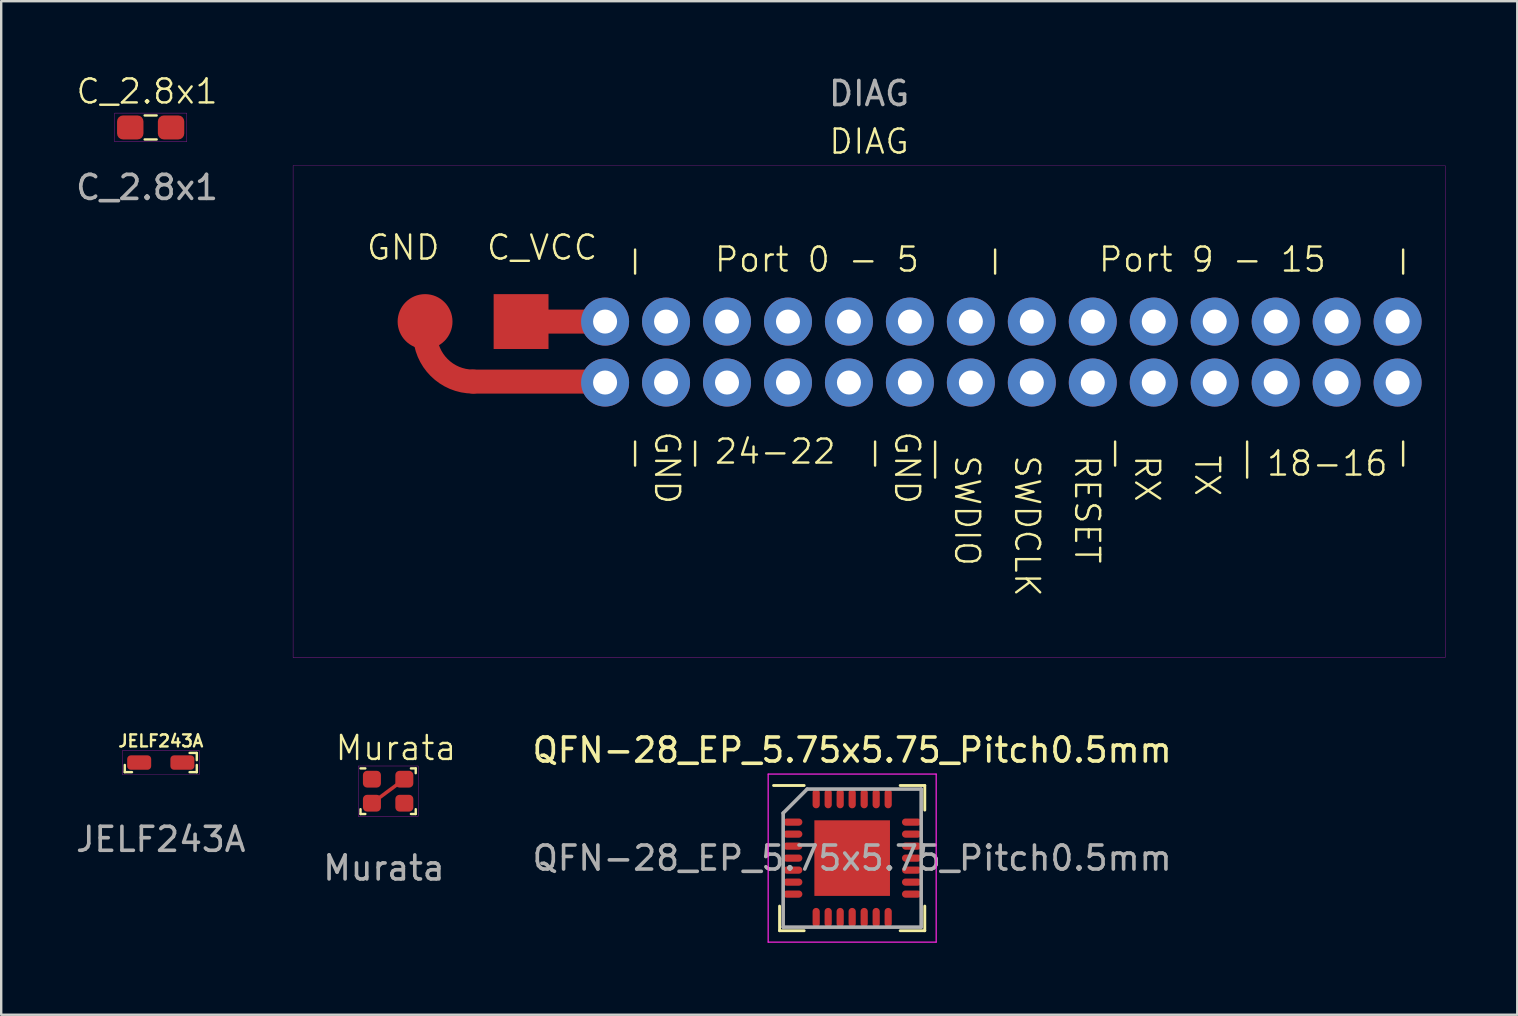
<source format=kicad_pcb>
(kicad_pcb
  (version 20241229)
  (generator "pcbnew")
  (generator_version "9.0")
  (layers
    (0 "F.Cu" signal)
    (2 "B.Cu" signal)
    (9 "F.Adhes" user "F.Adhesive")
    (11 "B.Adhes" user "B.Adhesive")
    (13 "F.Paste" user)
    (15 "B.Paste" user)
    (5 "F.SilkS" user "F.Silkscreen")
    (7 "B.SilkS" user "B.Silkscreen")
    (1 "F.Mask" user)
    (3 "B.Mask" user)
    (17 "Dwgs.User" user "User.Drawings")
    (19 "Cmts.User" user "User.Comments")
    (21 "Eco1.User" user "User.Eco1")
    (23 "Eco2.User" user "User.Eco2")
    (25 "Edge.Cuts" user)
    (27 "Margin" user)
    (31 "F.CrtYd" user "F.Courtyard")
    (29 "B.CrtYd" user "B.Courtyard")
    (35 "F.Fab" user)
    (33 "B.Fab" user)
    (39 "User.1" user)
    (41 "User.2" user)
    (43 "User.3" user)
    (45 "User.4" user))
  (footprint "DIAG"
    (layer "F.Cu")
    (at 33.16 11.848)
    (property "Reference" "DIAG" (at 0 -9 0) (unlocked yes) (layer "F.SilkS") (effects (font (size 1 1) (thickness 0.1))))
    (attr smd)
    (fp_line (start -16.5 1) (end -11.5 1) (stroke (width 1) (type default)) (layer "F.Cu"))
    (fp_line (start -11 -1.5) (end -13.5 -1.5) (stroke (width 1) (type default)) (layer "F.Cu"))
    (fp_arc (start -16.5 1) (mid -17.914214 0.414214) (end -18.5 -1) (stroke (width 1) (type default)) (layer "F.Cu"))
    (fp_line (start -9.75 -3.5) (end -9.75 -4.5) (stroke (width 0.1) (type default)) (layer "F.SilkS"))
    (fp_line (start -9.75 4.5) (end -9.75 3.5) (stroke (width 0.1) (type default)) (layer "F.SilkS"))
    (fp_line (start -7.25 4.5) (end -7.25 3.5) (stroke (width 0.1) (type default)) (layer "F.SilkS"))
    (fp_line (start 0.25 4.5) (end 0.25 3.5) (stroke (width 0.1) (type default)) (layer "F.SilkS"))
    (fp_line (start 2.75 5) (end 2.75 3.5) (stroke (width 0.1) (type default)) (layer "F.SilkS"))
    (fp_line (start 5.25 -3.5) (end 5.25 -4.5) (stroke (width 0.1) (type default)) (layer "F.SilkS"))
    (fp_line (start 10.25 4.5) (end 10.25 3.5) (stroke (width 0.1) (type default)) (layer "F.SilkS"))
    (fp_line (start 15.75 5) (end 15.75 3.5) (stroke (width 0.1) (type default)) (layer "F.SilkS"))
    (fp_line (start 22.25 -3.5) (end 22.25 -4.5) (stroke (width 0.1) (type default)) (layer "F.SilkS"))
    (fp_line (start 22.25 4.5) (end 22.25 3.5) (stroke (width 0.1) (type default)) (layer "F.SilkS"))
    (fp_rect (start -24 -8) (end 24 12.5) (stroke (width 0.01) (type default)) (fill no) (layer "F.CrtYd"))
    (fp_text user "Port 9 - 15" (at 9.5 -3.5 0) (unlocked yes) (layer "F.SilkS") (effects (font (size 1 1) (thickness 0.1)) (justify left bottom)))
    (fp_text user "Port 0 - 5" (at -6.5 -3.5 0) (unlocked yes) (layer "F.SilkS") (effects (font (size 1 1) (thickness 0.1)) (justify left bottom)))
    (fp_text user "RX" (at 11 4 270) (unlocked yes) (layer "F.SilkS") (effects (font (size 1 1) (thickness 0.1)) (justify left bottom)))
    (fp_text user "GND" (at -9 3 270) (unlocked yes) (layer "F.SilkS") (effects (font (size 1 1) (thickness 0.1)) (justify left bottom)))
    (fp_text user "18-16" (at 16.5 5 0) (unlocked yes) (layer "F.SilkS") (effects (font (size 1 1) (thickness 0.1)) (justify left bottom)))
    (fp_text user "GND" (at 1 3 270) (unlocked yes) (layer "F.SilkS") (effects (font (size 1 1) (thickness 0.1)) (justify left bottom)))
    (fp_text user "RESET" (at 8.5 4 270) (unlocked yes) (layer "F.SilkS") (effects (font (size 1 1) (thickness 0.1)) (justify left bottom)))
    (fp_text user "SWDCLK" (at 6 4 270) (unlocked yes) (layer "F.SilkS") (effects (font (size 1 1) (thickness 0.1)) (justify left bottom)))
    (fp_text user "C_VCC" (at -16 -4 0) (unlocked yes) (layer "F.SilkS") (effects (font (size 1 1) (thickness 0.1)) (justify left bottom)))
    (fp_text user "24-22" (at -6.5 4.5 0) (unlocked yes) (layer "F.SilkS") (effects (font (size 1 1) (thickness 0.1)) (justify left bottom)))
    (fp_text user "TX" (at 13.5 4 270) (unlocked yes) (layer "F.SilkS") (effects (font (size 1 1) (thickness 0.1)) (justify left bottom)))
    (fp_text user "GND" (at -21 -4 0) (unlocked yes) (layer "F.SilkS") (effects (font (size 1 1) (thickness 0.1)) (justify left bottom)))
    (fp_text user "SWDIO" (at 3.5 4 270) (unlocked yes) (layer "F.SilkS") (effects (font (size 1 1) (thickness 0.1)) (justify left bottom)))
    (fp_text user "${REFERENCE}" (at 0 -11 0) (unlocked yes) (layer "F.Fab") (effects (font (size 1 1) (thickness 0.15))))
    (pad "0" smd rect (at -14.5 -1.5) (size 2.286 2.286) (layers "F.Cu" "F.Mask" "F.Paste"))
    (pad "0" thru_hole circle (at -11 -1.5) (size 2 2) (drill 1) (layers "*.Cu" "*.Mask"))
    (pad "1" thru_hole circle (at -8.46 -1.5) (size 2 2) (drill 1) (layers "*.Cu" "*.Mask"))
    (pad "2" thru_hole circle (at -5.92 -1.5) (size 2 2) (drill 1) (layers "*.Cu" "*.Mask"))
    (pad "3" thru_hole circle (at -3.38 -1.5) (size 2 2) (drill 1) (layers "*.Cu" "*.Mask"))
    (pad "4" thru_hole circle (at -0.84 -1.5) (size 2 2) (drill 1) (layers "*.Cu" "*.Mask"))
    (pad "5" thru_hole circle (at 1.7 -1.5) (size 2 2) (drill 1) (layers "*.Cu" "*.Mask"))
    (pad "6" thru_hole circle (at 4.24 -1.5) (size 2 2) (drill 1) (layers "*.Cu" "*.Mask"))
    (pad "7" thru_hole circle (at 6.78 -1.5) (size 2 2) (drill 1) (layers "*.Cu" "*.Mask"))
    (pad "8" thru_hole circle (at 9.32 -1.5) (size 2 2) (drill 1) (layers "*.Cu" "*.Mask"))
    (pad "9" thru_hole circle (at 11.86 -1.5) (size 2 2) (drill 1) (layers "*.Cu" "*.Mask"))
    (pad "10" thru_hole circle (at 14.4 -1.5) (size 2 2) (drill 1) (layers "*.Cu" "*.Mask"))
    (pad "11" thru_hole circle (at 16.94 -1.5) (size 2 2) (drill 1) (layers "*.Cu" "*.Mask"))
    (pad "12" thru_hole circle (at 19.48 -1.5) (size 2 2) (drill 1) (layers "*.Cu" "*.Mask"))
    (pad "13" thru_hole circle (at 22.02 -1.5) (size 2 2) (drill 1) (layers "*.Cu" "*.Mask"))
    (pad "14" smd circle (at -18.5 -1.5) (size 2.286 2.286) (layers "F.Cu" "F.Mask" "F.Paste"))
    (pad "14" thru_hole circle (at -11 1.04) (size 2 2) (drill 1) (layers "*.Cu" "*.Mask"))
    (pad "15" thru_hole circle (at -8.46 1.04) (size 2 2) (drill 1) (layers "*.Cu" "*.Mask"))
    (pad "16" thru_hole circle (at -5.92 1.04) (size 2 2) (drill 1) (layers "*.Cu" "*.Mask"))
    (pad "17" thru_hole circle (at -3.38 1.04) (size 2 2) (drill 1) (layers "*.Cu" "*.Mask"))
    (pad "18" thru_hole circle (at -0.84 1.04) (size 2 2) (drill 1) (layers "*.Cu" "*.Mask"))
    (pad "19" thru_hole circle (at 1.7 1.04) (size 2 2) (drill 1) (layers "*.Cu" "*.Mask"))
    (pad "20" thru_hole circle (at 4.24 1.04) (size 2 2) (drill 1) (layers "*.Cu" "*.Mask"))
    (pad "21" thru_hole circle (at 6.78 1.04) (size 2 2) (drill 1) (layers "*.Cu" "*.Mask"))
    (pad "22" thru_hole circle (at 9.32 1.04) (size 2 2) (drill 1) (layers "*.Cu" "*.Mask"))
    (pad "23" thru_hole circle (at 11.86 1.04) (size 2 2) (drill 1) (layers "*.Cu" "*.Mask"))
    (pad "24" thru_hole circle (at 14.4 1.04) (size 2 2) (drill 1) (layers "*.Cu" "*.Mask"))
    (pad "25" thru_hole circle (at 16.94 1.04) (size 2 2) (drill 1) (layers "*.Cu" "*.Mask"))
    (pad "26" thru_hole circle (at 19.48 1.04) (size 2 2) (drill 1) (layers "*.Cu" "*.Mask"))
    (pad "27" thru_hole circle (at 22.02 1.04) (size 2 2) (drill 1) (layers "*.Cu" "*.Mask")))
  (footprint "JELF243A"
    (layer "F.Cu")
    (at 3.649 32.221)
    (property "Reference" "JELF243A" (at 0 -4.4 0) (unlocked yes) (layer "F.SilkS") (effects (font (size 0.5 0.5) (thickness 0.1))))
    (attr smd)
    (fp_line (start -1.5 -3.1) (end -1.5 -3.4) (stroke (width 0.1) (type default)) (layer "F.SilkS"))
    (fp_line (start -1.5 -3.1) (end -1.2 -3.1) (stroke (width 0.1) (type default)) (layer "F.SilkS"))
    (fp_line (start 1.5 -3.9) (end 1.2 -3.9) (stroke (width 0.1) (type default)) (layer "F.SilkS"))
    (fp_line (start 1.5 -3.9) (end 1.5 -3.6) (stroke (width 0.1) (type default)) (layer "F.SilkS"))
    (fp_line (start 1.5 -3.1) (end 1.2 -3.1) (stroke (width 0.1) (type default)) (layer "F.SilkS"))
    (fp_line (start 1.5 -3.1) (end 1.5 -3.4) (stroke (width 0.1) (type default)) (layer "F.SilkS"))
    (fp_rect (start -1.6 -4) (end 1.6 -3) (stroke (width 0.01) (type default)) (fill no) (layer "F.CrtYd"))
    (fp_text user "${REFERENCE}" (at 0 -0.3 0) (unlocked yes) (layer "F.Fab") (effects (font (size 1 1) (thickness 0.15))))
    (pad "1" smd roundrect (at -0.9 -3.5) (size 1 0.6) (layers "F.Cu" "F.Mask" "F.Paste") (roundrect_rratio 0.25))
    (pad "2" smd roundrect (at 0.9 -3.5) (size 1 0.6) (layers "F.Cu" "F.Mask" "F.Paste") (roundrect_rratio 0.25)))
  (footprint "QFN-28_EP_5.75x5.75_Pitch0.5mm"
    (layer "F.Cu")
    (at 32.455 32.702)
    (property "Reference" "QFN-28_EP_5.75x5.75_Pitch0.5mm" (at 0 -4.5 0) (layer "F.SilkS") (effects (font (size 1 1) (thickness 0.15))))
    (attr smd)
    (fp_line (start -3.025 3.025) (end -3.025 2) (stroke (width 0.12) (type default)) (layer "F.SilkS"))
    (fp_line (start -2 -3.025) (end -3.275 -3.025) (stroke (width 0.12) (type default)) (layer "F.SilkS"))
    (fp_line (start -2 3.025) (end -3.025 3.025) (stroke (width 0.12) (type default)) (layer "F.SilkS"))
    (fp_line (start 2 -3.025) (end 3.025 -3.025) (stroke (width 0.12) (type default)) (layer "F.SilkS"))
    (fp_line (start 2 3.025) (end 3.025 3.025) (stroke (width 0.12) (type default)) (layer "F.SilkS"))
    (fp_line (start 3.025 -3.025) (end 3.025 -2) (stroke (width 0.12) (type default)) (layer "F.SilkS"))
    (fp_line (start 3.025 3.025) (end 3.025 2) (stroke (width 0.12) (type default)) (layer "F.SilkS"))
    (fp_line (start -3.5 -3.5) (end 3.5 -3.5) (stroke (width 0.05) (type default)) (layer "F.CrtYd"))
    (fp_line (start -3.5 3.5) (end -3.5 -3.5) (stroke (width 0.05) (type default)) (layer "F.CrtYd"))
    (fp_line (start 3.5 -3.5) (end 3.5 3.5) (stroke (width 0.05) (type default)) (layer "F.CrtYd"))
    (fp_line (start 3.5 3.5) (end -3.5 3.5) (stroke (width 0.05) (type default)) (layer "F.CrtYd"))
    (fp_line (start -2.875 -1.875) (end -2.875 2.875) (stroke (width 0.15) (type default)) (layer "F.Fab"))
    (fp_line (start -2.875 2.875) (end 2.875 2.875) (stroke (width 0.15) (type default)) (layer "F.Fab"))
    (fp_line (start -1.875 -2.875) (end -2.875 -1.875) (stroke (width 0.15) (type default)) (layer "F.Fab"))
    (fp_line (start 2.875 -2.875) (end -1.875 -2.875) (stroke (width 0.15) (type default)) (layer "F.Fab"))
    (fp_line (start 2.875 2.875) (end 2.875 -2.875) (stroke (width 0.15) (type default)) (layer "F.Fab"))
    (fp_text user "${REFERENCE}" (at 0 0 0) (layer "F.Fab") (effects (font (size 1 1) (thickness 0.15))))
    (pad "" smd rect (at -1.181 -1.181) (size 0.037 0.037) (layers "F.Paste"))
    (pad "" smd rect (at -1.181 -0.394) (size 0.037 0.037) (layers "F.Paste"))
    (pad "" smd rect (at -1.181 0.394) (size 0.037 0.037) (layers "F.Paste"))
    (pad "" smd rect (at -1.181 1.181) (size 0.037 0.037) (layers "F.Paste"))
    (pad "" smd rect (at -0.394 -1.181) (size 0.037 0.037) (layers "F.Paste"))
    (pad "" smd rect (at -0.394 -0.394) (size 0.037 0.037) (layers "F.Paste"))
    (pad "" smd rect (at -0.394 0.394) (size 0.037 0.037) (layers "F.Paste"))
    (pad "" smd rect (at -0.394 1.181) (size 0.037 0.037) (layers "F.Paste"))
    (pad "" smd rect (at 0.394 -1.181) (size 0.037 0.037) (layers "F.Paste"))
    (pad "" smd rect (at 0.394 -0.394) (size 0.037 0.037) (layers "F.Paste"))
    (pad "" smd rect (at 0.394 0.394) (size 0.037 0.037) (layers "F.Paste"))
    (pad "" smd rect (at 0.394 1.181) (size 0.037 0.037) (layers "F.Paste"))
    (pad "" smd rect (at 1.181 -1.181) (size 0.037 0.037) (layers "F.Paste"))
    (pad "" smd rect (at 1.181 -0.394) (size 0.037 0.037) (layers "F.Paste"))
    (pad "" smd rect (at 1.181 0.394) (size 0.037 0.037) (layers "F.Paste"))
    (pad "" smd rect (at 1.181 1.181) (size 0.037 0.037) (layers "F.Paste"))
    (pad "1" smd oval (at -2.475 -1.5 90) (size 0.3 0.8) (layers "F.Cu" "F.Mask" "F.Paste"))
    (pad "2" smd oval (at -2.475 -1 90) (size 0.3 0.8) (layers "F.Cu" "F.Mask" "F.Paste"))
    (pad "3" smd oval (at -2.475 -0.5 90) (size 0.3 0.8) (layers "F.Cu" "F.Mask" "F.Paste"))
    (pad "4" smd oval (at -2.475 0 90) (size 0.3 0.8) (layers "F.Cu" "F.Mask" "F.Paste"))
    (pad "5" smd oval (at -2.475 0.5 90) (size 0.3 0.8) (layers "F.Cu" "F.Mask" "F.Paste"))
    (pad "6" smd oval (at -2.475 1 90) (size 0.3 0.8) (layers "F.Cu" "F.Mask" "F.Paste"))
    (pad "7" smd oval (at -2.475 1.5 90) (size 0.3 0.8) (layers "F.Cu" "F.Mask" "F.Paste"))
    (pad "8" smd oval (at -1.5 2.475) (size 0.3 0.8) (layers "F.Cu" "F.Mask" "F.Paste"))
    (pad "9" smd oval (at -1 2.475) (size 0.3 0.8) (layers "F.Cu" "F.Mask" "F.Paste"))
    (pad "10" smd oval (at -0.5 2.475) (size 0.3 0.8) (layers "F.Cu" "F.Mask" "F.Paste"))
    (pad "11" smd oval (at 0 2.475) (size 0.3 0.8) (layers "F.Cu" "F.Mask" "F.Paste"))
    (pad "12" smd oval (at 0.5 2.475) (size 0.3 0.8) (layers "F.Cu" "F.Mask" "F.Paste"))
    (pad "13" smd oval (at 1 2.475) (size 0.3 0.8) (layers "F.Cu" "F.Mask" "F.Paste"))
    (pad "14" smd oval (at 1.5 2.475) (size 0.3 0.8) (layers "F.Cu" "F.Mask" "F.Paste"))
    (pad "15" smd oval (at 2.475 1.5 90) (size 0.3 0.8) (layers "F.Cu" "F.Mask" "F.Paste"))
    (pad "16" smd oval (at 2.475 1 90) (size 0.3 0.8) (layers "F.Cu" "F.Mask" "F.Paste"))
    (pad "17" smd oval (at 2.475 0.5 90) (size 0.3 0.8) (layers "F.Cu" "F.Mask" "F.Paste"))
    (pad "18" smd oval (at 2.475 0 90) (size 0.3 0.8) (layers "F.Cu" "F.Mask" "F.Paste"))
    (pad "19" smd oval (at 2.475 -0.5 90) (size 0.3 0.8) (layers "F.Cu" "F.Mask" "F.Paste"))
    (pad "20" smd oval (at 2.475 -1 90) (size 0.3 0.8) (layers "F.Cu" "F.Mask" "F.Paste"))
    (pad "21" smd oval (at 2.475 -1.5 90) (size 0.3 0.8) (layers "F.Cu" "F.Mask" "F.Paste"))
    (pad "22" smd oval (at 1.5 -2.475) (size 0.3 0.8) (layers "F.Cu" "F.Mask" "F.Paste"))
    (pad "23" smd oval (at 1 -2.475) (size 0.3 0.8) (layers "F.Cu" "F.Mask" "F.Paste"))
    (pad "24" smd oval (at 0.5 -2.475) (size 0.3 0.8) (layers "F.Cu" "F.Mask" "F.Paste"))
    (pad "25" smd oval (at 0 -2.475) (size 0.3 0.8) (layers "F.Cu" "F.Mask" "F.Paste"))
    (pad "26" smd oval (at -0.5 -2.475) (size 0.3 0.8) (layers "F.Cu" "F.Mask" "F.Paste"))
    (pad "27" smd oval (at -1 -2.475) (size 0.3 0.8) (layers "F.Cu" "F.Mask" "F.Paste"))
    (pad "28" smd oval (at -1.5 -2.475) (size 0.3 0.8) (layers "F.Cu" "F.Mask" "F.Paste"))
    (pad "29" smd rect (at 0 0) (size 3.15 3.15) (layers "F.Cu" "F.Mask")))
  (footprint "Murata"
    (layer "F.Cu")
    (at 12.446 29.414)
    (property "Reference" "Murata" (at 1 -1.3 0) (unlocked yes) (layer "F.SilkS") (effects (font (size 1 1) (thickness 0.1))))
    (attr smd)
    (fp_line (start 1.35 0) (end 0 1) (stroke (width 0.15) (type default)) (layer "F.Cu"))
    (fp_line (start -0.475 -0.45) (end -0.275 -0.45) (stroke (width 0.1) (type default)) (layer "F.SilkS"))
    (fp_line (start -0.475 1.45) (end -0.475 1.25) (stroke (width 0.1) (type default)) (layer "F.SilkS"))
    (fp_line (start -0.475 1.45) (end -0.275 1.45) (stroke (width 0.1) (type default)) (layer "F.SilkS"))
    (fp_line (start 1.825 -0.45) (end 1.625 -0.45) (stroke (width 0.1) (type default)) (layer "F.SilkS"))
    (fp_line (start 1.825 -0.45) (end 1.825 -0.25) (stroke (width 0.1) (type default)) (layer "F.SilkS"))
    (fp_line (start 1.825 1.45) (end 1.625 1.45) (stroke (width 0.1) (type default)) (layer "F.SilkS"))
    (fp_line (start 1.825 1.45) (end 1.825 1.25) (stroke (width 0.1) (type default)) (layer "F.SilkS"))
    (fp_rect (start -0.575 -0.55) (end 1.925 1.55) (stroke (width 0.01) (type default)) (fill no) (layer "F.CrtYd"))
    (fp_text user "${REFERENCE}" (at 0.5 3.7 0) (unlocked yes) (layer "F.Fab") (effects (font (size 1 1) (thickness 0.15))))
    (pad "1" smd roundrect (at 0 0) (size 0.75 0.7) (layers "F.Cu" "F.Mask" "F.Paste") (roundrect_rratio 0.25))
    (pad "2" smd roundrect (at 1.35 0) (size 0.75 0.7) (layers "F.Cu" "F.Mask" "F.Paste") (roundrect_rratio 0.25))
    (pad "3" smd roundrect (at 1.35 1) (size 0.75 0.7) (layers "F.Cu" "F.Mask" "F.Paste") (roundrect_rratio 0.25))
    (pad "4" smd roundrect (at 0 1) (size 0.75 0.7) (layers "F.Cu" "F.Mask" "F.Paste") (roundrect_rratio 0.25)))
  (footprint "C_2.8x1"
    (layer "F.Cu")
    (at 3.077 2.26)
    (property "Reference" "C_2.8x1" (at 0 -1.5 0) (unlocked yes) (layer "F.SilkS") (effects (font (size 1 1) (thickness 0.1))))
    (attr smd)
    (fp_line (start 0.4 -0.5) (end -0.1 -0.5) (stroke (width 0.1) (type default)) (layer "F.SilkS"))
    (fp_line (start 0.4 0.5) (end -0.1 0.5) (stroke (width 0.1) (type default)) (layer "F.SilkS"))
    (fp_rect (start -1.35 0.6) (end 1.65 -0.6) (stroke (width 0.01) (type default)) (fill no) (layer "F.CrtYd"))
    (fp_text user "${REFERENCE}" (at 0 2.5 0) (unlocked yes) (layer "F.Fab") (effects (font (size 1 1) (thickness 0.15))))
    (pad "1" smd roundrect (at -0.7 0) (size 1.1 1) (layers "F.Cu" "F.Mask" "F.Paste") (roundrect_rratio 0.25))
    (pad "2" smd roundrect (at 1 0) (size 1.1 1) (layers "F.Cu" "F.Mask" "F.Paste") (roundrect_rratio 0.25)))
  (gr_rect
    (start -3 -3)
    (end 60.165 39.227)
    (stroke (width 0.1) (type default))
    (fill no)
    (layer "Edge.Cuts")))
</source>
